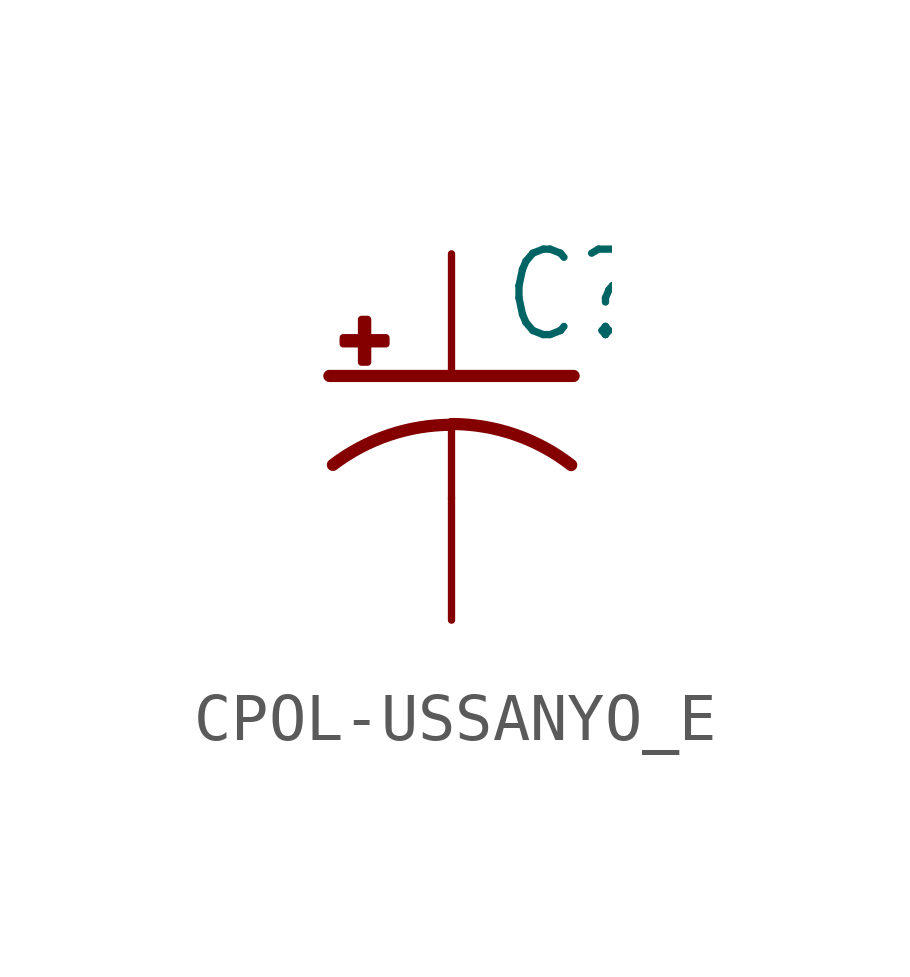
<source format=kicad_sym>
(kicad_symbol_lib
  (version 20231120)
  (generator "kicad_symbol_editor")
  (generator_version "8.0")
  (symbol "CPOL-USSANYO_E"
    (property "Reference" "C"
      (at 1.016 0.635 0)
      (effects (font (size 1.778 1.511)) (justify left bottom)))
    (property "Value" ""
      (at 1.016 -4.191 0)
      (effects (font (size 1.778 1.511)) (justify left bottom)))
    (property "ki_locked" ""
      (at 0 0 0)
      (effects (font (size 1.27 1.27))))
    (symbol "CPOL-USSANYO_E_1_0"
      (rectangle (start -2.253 0.668) (end -1.364 0.795) (stroke (width 0) (type default)) (fill (type outline)))
      (rectangle (start -1.872 0.287) (end -1.745 1.176) (stroke (width 0) (type default)) (fill (type outline)))
      (arc (start 0 -1.0161) (mid -1.3021 -1.2303) (end -2.4669 -1.8504) (stroke (width 0.254) (type solid)) (fill (type none)))
      (polyline (pts (xy -2.54 0) (xy 2.54 0)) (stroke (width 0.254) (type solid)) (fill (type none)))
      (polyline (pts (xy 0 -1.016) (xy 0 -2.54)) (stroke (width 0.152) (type solid)) (fill (type none)))
      (arc (start 2.4892 -1.8541) (mid 1.3158 -1.2194) (end 0 -1) (stroke (width 0.254) (type solid)) (fill (type none)))
      (pin passive line (at 0 2.54 270) (length 2.54) (name "+" (effects (font (size 0 0)))) (number "+" (effects (font (size 0 0)))))
      (pin passive line (at 0 -5.08 90) (length 2.54) (name "-" (effects (font (size 0 0)))) (number "-" (effects (font (size 0 0))))))))
</source>
